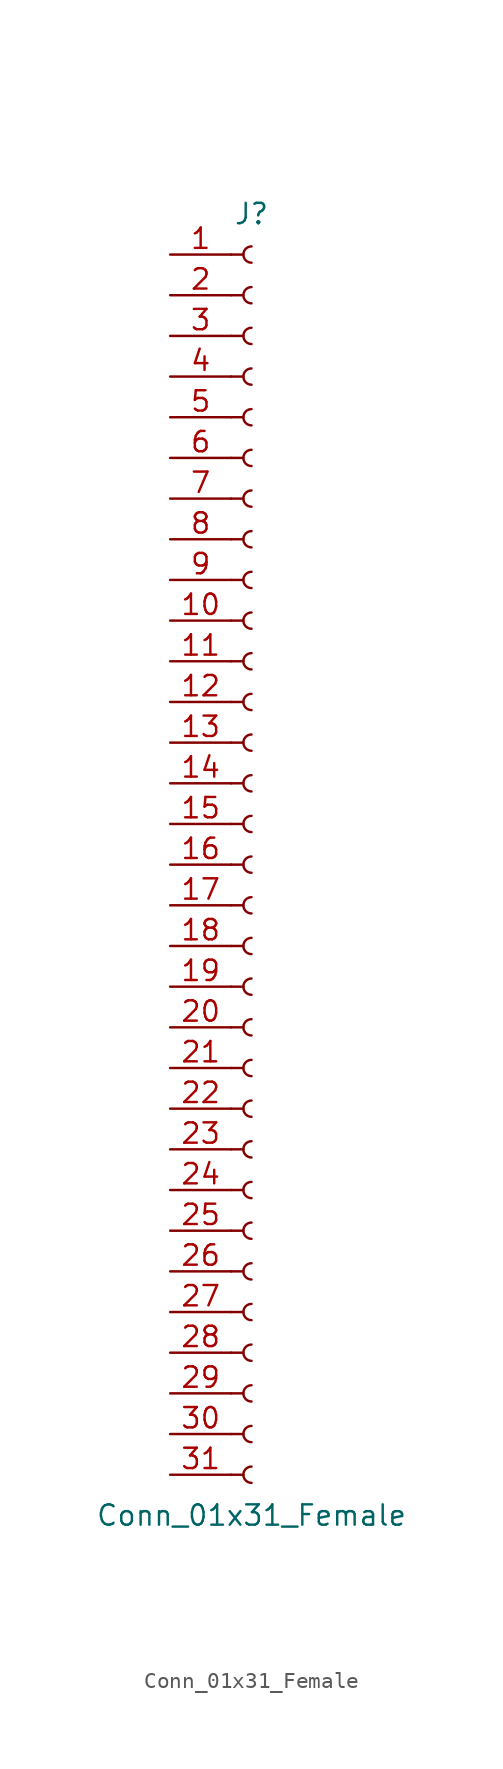
<source format=kicad_sym>
(kicad_symbol_lib
  (version 20220914)
  (generator kicad_symbol_editor)
  (symbol "Conn_01x31_Female"
    (pin_names
      (offset 1.016) hide)
    (property "Reference" "J"
      (at 0 40.64 0)
      (effects (font (size 1.27 1.27))))
    (property "Value" "Conn_01x31_Female"
      (at 0 -40.64 0)
      (effects (font (size 1.27 1.27))))
    (symbol "Conn_01x31_Female_1_1"
      (arc (start 0 -37.592) (mid -0.5058 -38.1) (end 0 -38.608) (stroke (width 0.1524) (type solid)) (fill (type none)))
      (arc (start 0 -35.052) (mid -0.5058 -35.56) (end 0 -36.068) (stroke (width 0.1524) (type solid)) (fill (type none)))
      (arc (start 0 -32.512) (mid -0.5058 -33.02) (end 0 -33.528) (stroke (width 0.1524) (type solid)) (fill (type none)))
      (arc (start 0 -29.972) (mid -0.5058 -30.48) (end 0 -30.988) (stroke (width 0.1524) (type solid)) (fill (type none)))
      (arc (start 0 -27.432) (mid -0.5058 -27.94) (end 0 -28.448) (stroke (width 0.1524) (type solid)) (fill (type none)))
      (arc (start 0 -24.892) (mid -0.5058 -25.4) (end 0 -25.908) (stroke (width 0.1524) (type solid)) (fill (type none)))
      (arc (start 0 -22.352) (mid -0.5058 -22.86) (end 0 -23.368) (stroke (width 0.1524) (type solid)) (fill (type none)))
      (arc (start 0 -19.812) (mid -0.5058 -20.32) (end 0 -20.828) (stroke (width 0.1524) (type solid)) (fill (type none)))
      (arc (start 0 -17.272) (mid -0.5058 -17.78) (end 0 -18.288) (stroke (width 0.1524) (type solid)) (fill (type none)))
      (arc (start 0 -14.732) (mid -0.5058 -15.24) (end 0 -15.748) (stroke (width 0.1524) (type solid)) (fill (type none)))
      (arc (start 0 -12.192) (mid -0.5058 -12.7) (end 0 -13.208) (stroke (width 0.1524) (type solid)) (fill (type none)))
      (arc (start 0 -9.652) (mid -0.5058 -10.16) (end 0 -10.668) (stroke (width 0.1524) (type solid)) (fill (type none)))
      (arc (start 0 -7.112) (mid -0.5058 -7.62) (end 0 -8.128) (stroke (width 0.1524) (type solid)) (fill (type none)))
      (arc (start 0 -4.572) (mid -0.5058 -5.08) (end 0 -5.588) (stroke (width 0.1524) (type solid)) (fill (type none)))
      (arc (start 0 -2.032) (mid -0.5058 -2.54) (end 0 -3.048) (stroke (width 0.1524) (type solid)) (fill (type none)))
      (polyline (pts (xy -1.27 -38.1) (xy -0.508 -38.1)) (stroke (width 0.152) (type solid)) (fill (type none)))
      (polyline (pts (xy -1.27 -35.56) (xy -0.508 -35.56)) (stroke (width 0.152) (type solid)) (fill (type none)))
      (polyline (pts (xy -1.27 -33.02) (xy -0.508 -33.02)) (stroke (width 0.152) (type solid)) (fill (type none)))
      (polyline (pts (xy -1.27 -30.48) (xy -0.508 -30.48)) (stroke (width 0.152) (type solid)) (fill (type none)))
      (polyline (pts (xy -1.27 -27.94) (xy -0.508 -27.94)) (stroke (width 0.152) (type solid)) (fill (type none)))
      (polyline (pts (xy -1.27 -25.4) (xy -0.508 -25.4)) (stroke (width 0.152) (type solid)) (fill (type none)))
      (polyline (pts (xy -1.27 -22.86) (xy -0.508 -22.86)) (stroke (width 0.152) (type solid)) (fill (type none)))
      (polyline (pts (xy -1.27 -20.32) (xy -0.508 -20.32)) (stroke (width 0.152) (type solid)) (fill (type none)))
      (polyline (pts (xy -1.27 -17.78) (xy -0.508 -17.78)) (stroke (width 0.152) (type solid)) (fill (type none)))
      (polyline (pts (xy -1.27 -15.24) (xy -0.508 -15.24)) (stroke (width 0.152) (type solid)) (fill (type none)))
      (polyline (pts (xy -1.27 -12.7) (xy -0.508 -12.7)) (stroke (width 0.152) (type solid)) (fill (type none)))
      (polyline (pts (xy -1.27 -10.16) (xy -0.508 -10.16)) (stroke (width 0.152) (type solid)) (fill (type none)))
      (polyline (pts (xy -1.27 -7.62) (xy -0.508 -7.62)) (stroke (width 0.152) (type solid)) (fill (type none)))
      (polyline (pts (xy -1.27 -5.08) (xy -0.508 -5.08)) (stroke (width 0.152) (type solid)) (fill (type none)))
      (polyline (pts (xy -1.27 -2.54) (xy -0.508 -2.54)) (stroke (width 0.152) (type solid)) (fill (type none)))
      (polyline (pts (xy -1.27 0) (xy -0.508 0)) (stroke (width 0.152) (type solid)) (fill (type none)))
      (polyline (pts (xy -1.27 2.54) (xy -0.508 2.54)) (stroke (width 0.152) (type solid)) (fill (type none)))
      (polyline (pts (xy -1.27 5.08) (xy -0.508 5.08)) (stroke (width 0.152) (type solid)) (fill (type none)))
      (polyline (pts (xy -1.27 7.62) (xy -0.508 7.62)) (stroke (width 0.152) (type solid)) (fill (type none)))
      (polyline (pts (xy -1.27 10.16) (xy -0.508 10.16)) (stroke (width 0.152) (type solid)) (fill (type none)))
      (polyline (pts (xy -1.27 12.7) (xy -0.508 12.7)) (stroke (width 0.152) (type solid)) (fill (type none)))
      (polyline (pts (xy -1.27 15.24) (xy -0.508 15.24)) (stroke (width 0.152) (type solid)) (fill (type none)))
      (polyline (pts (xy -1.27 17.78) (xy -0.508 17.78)) (stroke (width 0.152) (type solid)) (fill (type none)))
      (polyline (pts (xy -1.27 20.32) (xy -0.508 20.32)) (stroke (width 0.152) (type solid)) (fill (type none)))
      (polyline (pts (xy -1.27 22.86) (xy -0.508 22.86)) (stroke (width 0.152) (type solid)) (fill (type none)))
      (polyline (pts (xy -1.27 25.4) (xy -0.508 25.4)) (stroke (width 0.152) (type solid)) (fill (type none)))
      (polyline (pts (xy -1.27 27.94) (xy -0.508 27.94)) (stroke (width 0.152) (type solid)) (fill (type none)))
      (polyline (pts (xy -1.27 30.48) (xy -0.508 30.48)) (stroke (width 0.152) (type solid)) (fill (type none)))
      (polyline (pts (xy -1.27 33.02) (xy -0.508 33.02)) (stroke (width 0.152) (type solid)) (fill (type none)))
      (polyline (pts (xy -1.27 35.56) (xy -0.508 35.56)) (stroke (width 0.152) (type solid)) (fill (type none)))
      (polyline (pts (xy -1.27 38.1) (xy -0.508 38.1)) (stroke (width 0.152) (type solid)) (fill (type none)))
      (arc (start 0 0.508) (mid -0.5058 0) (end 0 -0.508) (stroke (width 0.1524) (type solid)) (fill (type none)))
      (arc (start 0 3.048) (mid -0.5058 2.54) (end 0 2.032) (stroke (width 0.1524) (type solid)) (fill (type none)))
      (arc (start 0 5.588) (mid -0.5058 5.08) (end 0 4.572) (stroke (width 0.1524) (type solid)) (fill (type none)))
      (arc (start 0 8.128) (mid -0.5058 7.62) (end 0 7.112) (stroke (width 0.1524) (type solid)) (fill (type none)))
      (arc (start 0 10.668) (mid -0.5058 10.16) (end 0 9.652) (stroke (width 0.1524) (type solid)) (fill (type none)))
      (arc (start 0 13.208) (mid -0.5058 12.7) (end 0 12.192) (stroke (width 0.1524) (type solid)) (fill (type none)))
      (arc (start 0 15.748) (mid -0.5058 15.24) (end 0 14.732) (stroke (width 0.1524) (type solid)) (fill (type none)))
      (arc (start 0 18.288) (mid -0.5058 17.78) (end 0 17.272) (stroke (width 0.1524) (type solid)) (fill (type none)))
      (arc (start 0 20.828) (mid -0.5058 20.32) (end 0 19.812) (stroke (width 0.1524) (type solid)) (fill (type none)))
      (arc (start 0 23.368) (mid -0.5058 22.86) (end 0 22.352) (stroke (width 0.1524) (type solid)) (fill (type none)))
      (arc (start 0 25.908) (mid -0.5058 25.4) (end 0 24.892) (stroke (width 0.1524) (type solid)) (fill (type none)))
      (arc (start 0 28.448) (mid -0.5058 27.94) (end 0 27.432) (stroke (width 0.1524) (type solid)) (fill (type none)))
      (arc (start 0 30.988) (mid -0.5058 30.48) (end 0 29.972) (stroke (width 0.1524) (type solid)) (fill (type none)))
      (arc (start 0 33.528) (mid -0.5058 33.02) (end 0 32.512) (stroke (width 0.1524) (type solid)) (fill (type none)))
      (arc (start 0 36.068) (mid -0.5058 35.56) (end 0 35.052) (stroke (width 0.1524) (type solid)) (fill (type none)))
      (arc (start 0 38.608) (mid -0.5058 38.1) (end 0 37.592) (stroke (width 0.1524) (type solid)) (fill (type none)))
      (pin passive line (at -5.08 38.1 0) (length 3.81) (name "Pin_1" (effects (font (size 1.27 1.27)))) (number "1" (effects (font (size 1.27 1.27)))))
      (pin passive line (at -5.08 15.24 0) (length 3.81) (name "Pin_10" (effects (font (size 1.27 1.27)))) (number "10" (effects (font (size 1.27 1.27)))))
      (pin passive line (at -5.08 12.7 0) (length 3.81) (name "Pin_11" (effects (font (size 1.27 1.27)))) (number "11" (effects (font (size 1.27 1.27)))))
      (pin passive line (at -5.08 10.16 0) (length 3.81) (name "Pin_12" (effects (font (size 1.27 1.27)))) (number "12" (effects (font (size 1.27 1.27)))))
      (pin passive line (at -5.08 7.62 0) (length 3.81) (name "Pin_13" (effects (font (size 1.27 1.27)))) (number "13" (effects (font (size 1.27 1.27)))))
      (pin passive line (at -5.08 5.08 0) (length 3.81) (name "Pin_14" (effects (font (size 1.27 1.27)))) (number "14" (effects (font (size 1.27 1.27)))))
      (pin passive line (at -5.08 2.54 0) (length 3.81) (name "Pin_15" (effects (font (size 1.27 1.27)))) (number "15" (effects (font (size 1.27 1.27)))))
      (pin passive line (at -5.08 0 0) (length 3.81) (name "Pin_16" (effects (font (size 1.27 1.27)))) (number "16" (effects (font (size 1.27 1.27)))))
      (pin passive line (at -5.08 -2.54 0) (length 3.81) (name "Pin_17" (effects (font (size 1.27 1.27)))) (number "17" (effects (font (size 1.27 1.27)))))
      (pin passive line (at -5.08 -5.08 0) (length 3.81) (name "Pin_18" (effects (font (size 1.27 1.27)))) (number "18" (effects (font (size 1.27 1.27)))))
      (pin passive line (at -5.08 -7.62 0) (length 3.81) (name "Pin_19" (effects (font (size 1.27 1.27)))) (number "19" (effects (font (size 1.27 1.27)))))
      (pin passive line (at -5.08 35.56 0) (length 3.81) (name "Pin_2" (effects (font (size 1.27 1.27)))) (number "2" (effects (font (size 1.27 1.27)))))
      (pin passive line (at -5.08 -10.16 0) (length 3.81) (name "Pin_20" (effects (font (size 1.27 1.27)))) (number "20" (effects (font (size 1.27 1.27)))))
      (pin passive line (at -5.08 -12.7 0) (length 3.81) (name "Pin_21" (effects (font (size 1.27 1.27)))) (number "21" (effects (font (size 1.27 1.27)))))
      (pin passive line (at -5.08 -15.24 0) (length 3.81) (name "Pin_22" (effects (font (size 1.27 1.27)))) (number "22" (effects (font (size 1.27 1.27)))))
      (pin passive line (at -5.08 -17.78 0) (length 3.81) (name "Pin_23" (effects (font (size 1.27 1.27)))) (number "23" (effects (font (size 1.27 1.27)))))
      (pin passive line (at -5.08 -20.32 0) (length 3.81) (name "Pin_24" (effects (font (size 1.27 1.27)))) (number "24" (effects (font (size 1.27 1.27)))))
      (pin passive line (at -5.08 -22.86 0) (length 3.81) (name "Pin_25" (effects (font (size 1.27 1.27)))) (number "25" (effects (font (size 1.27 1.27)))))
      (pin passive line (at -5.08 -25.4 0) (length 3.81) (name "Pin_26" (effects (font (size 1.27 1.27)))) (number "26" (effects (font (size 1.27 1.27)))))
      (pin passive line (at -5.08 -27.94 0) (length 3.81) (name "Pin_27" (effects (font (size 1.27 1.27)))) (number "27" (effects (font (size 1.27 1.27)))))
      (pin passive line (at -5.08 -30.48 0) (length 3.81) (name "Pin_28" (effects (font (size 1.27 1.27)))) (number "28" (effects (font (size 1.27 1.27)))))
      (pin passive line (at -5.08 -33.02 0) (length 3.81) (name "Pin_29" (effects (font (size 1.27 1.27)))) (number "29" (effects (font (size 1.27 1.27)))))
      (pin passive line (at -5.08 33.02 0) (length 3.81) (name "Pin_3" (effects (font (size 1.27 1.27)))) (number "3" (effects (font (size 1.27 1.27)))))
      (pin passive line (at -5.08 -35.56 0) (length 3.81) (name "Pin_30" (effects (font (size 1.27 1.27)))) (number "30" (effects (font (size 1.27 1.27)))))
      (pin passive line (at -5.08 -38.1 0) (length 3.81) (name "Pin_31" (effects (font (size 1.27 1.27)))) (number "31" (effects (font (size 1.27 1.27)))))
      (pin passive line (at -5.08 30.48 0) (length 3.81) (name "Pin_4" (effects (font (size 1.27 1.27)))) (number "4" (effects (font (size 1.27 1.27)))))
      (pin passive line (at -5.08 27.94 0) (length 3.81) (name "Pin_5" (effects (font (size 1.27 1.27)))) (number "5" (effects (font (size 1.27 1.27)))))
      (pin passive line (at -5.08 25.4 0) (length 3.81) (name "Pin_6" (effects (font (size 1.27 1.27)))) (number "6" (effects (font (size 1.27 1.27)))))
      (pin passive line (at -5.08 22.86 0) (length 3.81) (name "Pin_7" (effects (font (size 1.27 1.27)))) (number "7" (effects (font (size 1.27 1.27)))))
      (pin passive line (at -5.08 20.32 0) (length 3.81) (name "Pin_8" (effects (font (size 1.27 1.27)))) (number "8" (effects (font (size 1.27 1.27)))))
      (pin passive line (at -5.08 17.78 0) (length 3.81) (name "Pin_9" (effects (font (size 1.27 1.27)))) (number "9" (effects (font (size 1.27 1.27))))))))
</source>
